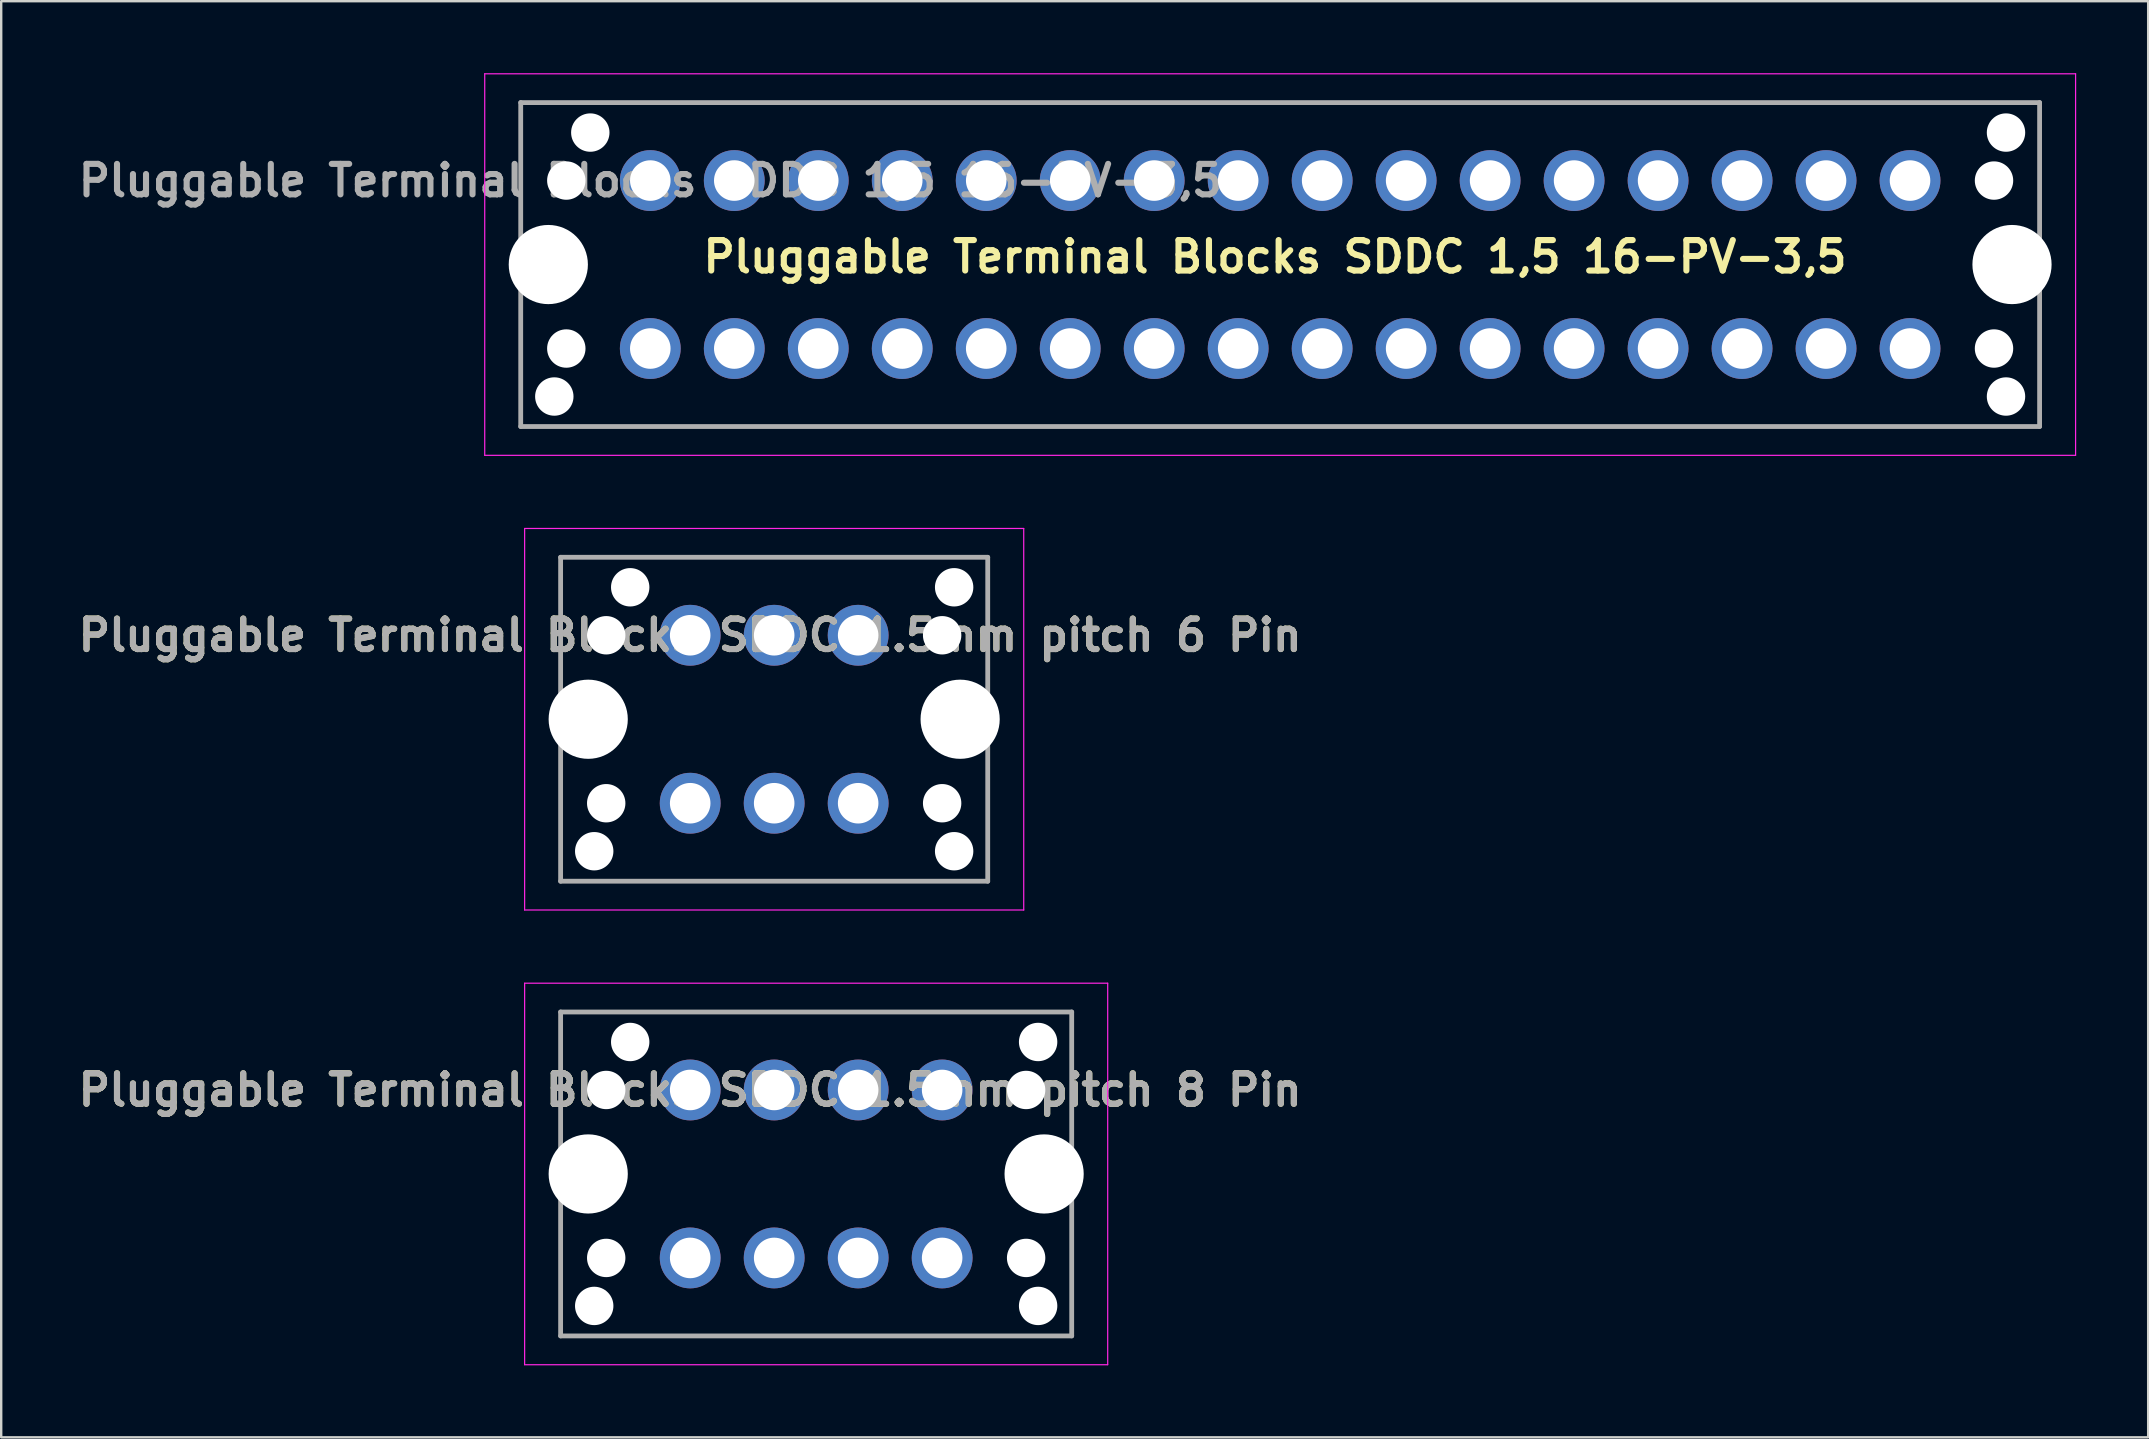
<source format=kicad_pcb>
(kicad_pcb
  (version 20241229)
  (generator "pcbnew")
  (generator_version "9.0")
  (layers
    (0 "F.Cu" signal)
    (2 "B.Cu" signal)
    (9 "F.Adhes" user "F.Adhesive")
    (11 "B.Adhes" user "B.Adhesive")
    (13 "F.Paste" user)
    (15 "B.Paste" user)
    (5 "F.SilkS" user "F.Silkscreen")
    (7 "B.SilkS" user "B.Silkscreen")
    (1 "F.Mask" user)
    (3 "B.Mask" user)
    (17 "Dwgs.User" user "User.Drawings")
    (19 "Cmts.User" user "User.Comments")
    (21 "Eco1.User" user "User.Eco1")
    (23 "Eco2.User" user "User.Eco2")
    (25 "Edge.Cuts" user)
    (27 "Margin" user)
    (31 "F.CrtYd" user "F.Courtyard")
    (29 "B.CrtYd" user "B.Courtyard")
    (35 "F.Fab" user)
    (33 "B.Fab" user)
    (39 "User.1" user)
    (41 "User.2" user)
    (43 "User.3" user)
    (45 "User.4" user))
  (footprint "Pluggable Terminal Blocks SDDC 1.5mm pitch 6 Pin"
    (layer "F.Cu")
    (at 25.714 23.425)
    (property "Reference" "Pluggable Terminal Blocks SDDC 1.5mm pitch 6 Pin" (at 0 0 0) (layer "F.SilkS") (effects (font (size 1.27 1.27) (thickness 0.254))))
    (attr through_hole)
    (fp_line (start -5.4 -3.25) (end 12.4 -3.25) (stroke (width 0.1) (type solid)) (layer "F.SilkS"))
    (fp_line (start 12.4 10.25) (end -5.4 10.25) (stroke (width 0.1) (type solid)) (layer "F.SilkS"))
    (fp_line (start -6.9 -4.45) (end 13.9 -4.45) (stroke (width 0.05) (type solid)) (layer "F.CrtYd"))
    (fp_line (start -6.9 11.45) (end -6.9 -4.45) (stroke (width 0.05) (type solid)) (layer "F.CrtYd"))
    (fp_line (start 13.9 -4.45) (end 13.9 11.45) (stroke (width 0.05) (type solid)) (layer "F.CrtYd"))
    (fp_line (start 13.9 11.45) (end -6.9 11.45) (stroke (width 0.05) (type solid)) (layer "F.CrtYd"))
    (fp_line (start -5.4 -3.25) (end 12.4 -3.25) (stroke (width 0.2) (type solid)) (layer "F.Fab"))
    (fp_line (start -5.4 10.25) (end -5.4 -3.25) (stroke (width 0.2) (type solid)) (layer "F.Fab"))
    (fp_line (start 12.4 -3.25) (end 12.4 10.25) (stroke (width 0.2) (type solid)) (layer "F.Fab"))
    (fp_line (start 12.4 10.25) (end -5.4 10.25) (stroke (width 0.2) (type solid)) (layer "F.Fab"))
    (fp_text user "${REFERENCE}" (at 0 0 0) (layer "F.Fab") (effects (font (size 1.27 1.27) (thickness 0.254))))
    (pad "" np_thru_hole circle (at -4.25 3.5) (size 3.3 3.3) (drill 3.3) (layers "*.Cu" "*.Mask"))
    (pad "" np_thru_hole circle (at -4 9) (size 1.6 1.6) (drill 1.6) (layers "*.Cu" "*.Mask"))
    (pad "" np_thru_hole circle (at -3.5 0) (size 1.6 1.6) (drill 1.6) (layers "*.Cu" "*.Mask"))
    (pad "" np_thru_hole circle (at -3.5 7) (size 1.6 1.6) (drill 1.6) (layers "*.Cu" "*.Mask"))
    (pad "" np_thru_hole circle (at -2.5 -2) (size 1.6 1.6) (drill 1.6) (layers "*.Cu" "*.Mask"))
    (pad "" np_thru_hole circle (at 10.5 0) (size 1.6 1.6) (drill 1.6) (layers "*.Cu" "*.Mask"))
    (pad "" np_thru_hole circle (at 10.5 7) (size 1.6 1.6) (drill 1.6) (layers "*.Cu" "*.Mask"))
    (pad "" np_thru_hole circle (at 11 -2) (size 1.6 1.6) (drill 1.6) (layers "*.Cu" "*.Mask"))
    (pad "" np_thru_hole circle (at 11 9) (size 1.6 1.6) (drill 1.6) (layers "*.Cu" "*.Mask"))
    (pad "" np_thru_hole circle (at 11.25 3.5) (size 3.3 3.3) (drill 3.3) (layers "*.Cu" "*.Mask"))
    (pad "1" thru_hole circle (at 0 0) (size 2.535 2.535) (drill 1.69) (layers "*.Cu" "*.Mask"))
    (pad "2" thru_hole circle (at 3.5 0) (size 2.535 2.535) (drill 1.69) (layers "*.Cu" "*.Mask"))
    (pad "3" thru_hole circle (at 7 0) (size 2.535 2.535) (drill 1.69) (layers "*.Cu" "*.Mask"))
    (pad "4" thru_hole circle (at 0 7) (size 2.535 2.535) (drill 1.69) (layers "*.Cu" "*.Mask"))
    (pad "5" thru_hole circle (at 3.5 7) (size 2.535 2.535) (drill 1.69) (layers "*.Cu" "*.Mask"))
    (pad "6" thru_hole circle (at 7 7) (size 2.535 2.535) (drill 1.69) (layers "*.Cu" "*.Mask")))
  (footprint "Pluggable Terminal Blocks SDDC 1,5 16-PV-3,5"
    (layer "F.Cu")
    (at 24.051 4.475)
    (property "Reference" "Pluggable Terminal Blocks SDDC 1,5 16-PV-3,5" (at 26.035 3.175 0) (layer "F.SilkS") (effects (font (size 1.27 1.27) (thickness 0.254))))
    (attr through_hole)
    (fp_line (start -5.4 -3.25) (end 57.9 -3.25) (stroke (width 0.1) (type solid)) (layer "F.SilkS"))
    (fp_line (start 57.9 10.25) (end -5.4 10.25) (stroke (width 0.1) (type solid)) (layer "F.SilkS"))
    (fp_line (start -6.9 -4.45) (end 59.4 -4.45) (stroke (width 0.05) (type solid)) (layer "F.CrtYd"))
    (fp_line (start -6.9 11.45) (end -6.9 -4.45) (stroke (width 0.05) (type solid)) (layer "F.CrtYd"))
    (fp_line (start 59.4 -4.45) (end 59.4 11.45) (stroke (width 0.05) (type solid)) (layer "F.CrtYd"))
    (fp_line (start 59.4 11.45) (end -6.9 11.45) (stroke (width 0.05) (type solid)) (layer "F.CrtYd"))
    (fp_line (start -5.4 -3.25) (end 57.9 -3.25) (stroke (width 0.2) (type solid)) (layer "F.Fab"))
    (fp_line (start -5.4 10.25) (end -5.4 -3.25) (stroke (width 0.2) (type solid)) (layer "F.Fab"))
    (fp_line (start 57.9 -3.25) (end 57.9 10.25) (stroke (width 0.2) (type solid)) (layer "F.Fab"))
    (fp_line (start 57.9 10.25) (end -5.4 10.25) (stroke (width 0.2) (type solid)) (layer "F.Fab"))
    (fp_text user "${REFERENCE}" (at 0 0 0) (layer "F.Fab") (effects (font (size 1.27 1.27) (thickness 0.254))))
    (pad "" np_thru_hole circle (at -4.25 3.5) (size 3.3 3.3) (drill 3.3) (layers "*.Cu" "*.Mask"))
    (pad "" np_thru_hole circle (at -4 9) (size 1.6 1.6) (drill 1.6) (layers "*.Cu" "*.Mask"))
    (pad "" np_thru_hole circle (at -3.5 0) (size 1.6 1.6) (drill 1.6) (layers "*.Cu" "*.Mask"))
    (pad "" np_thru_hole circle (at -3.5 7) (size 1.6 1.6) (drill 1.6) (layers "*.Cu" "*.Mask"))
    (pad "" np_thru_hole circle (at -2.5 -2) (size 1.6 1.6) (drill 1.6) (layers "*.Cu" "*.Mask"))
    (pad "" np_thru_hole circle (at 56 0) (size 1.6 1.6) (drill 1.6) (layers "*.Cu" "*.Mask"))
    (pad "" np_thru_hole circle (at 56 7) (size 1.6 1.6) (drill 1.6) (layers "*.Cu" "*.Mask"))
    (pad "" np_thru_hole circle (at 56.5 -2) (size 1.6 1.6) (drill 1.6) (layers "*.Cu" "*.Mask"))
    (pad "" np_thru_hole circle (at 56.5 9) (size 1.6 1.6) (drill 1.6) (layers "*.Cu" "*.Mask"))
    (pad "" np_thru_hole circle (at 56.75 3.5) (size 3.3 3.3) (drill 3.3) (layers "*.Cu" "*.Mask"))
    (pad "1" thru_hole circle (at 0 0) (size 2.535 2.535) (drill 1.69) (layers "*.Cu" "*.Mask"))
    (pad "2" thru_hole circle (at 3.5 0) (size 2.535 2.535) (drill 1.69) (layers "*.Cu" "*.Mask"))
    (pad "3" thru_hole circle (at 7 0) (size 2.535 2.535) (drill 1.69) (layers "*.Cu" "*.Mask"))
    (pad "4" thru_hole circle (at 10.5 0) (size 2.535 2.535) (drill 1.69) (layers "*.Cu" "*.Mask"))
    (pad "5" thru_hole circle (at 14 0) (size 2.535 2.535) (drill 1.69) (layers "*.Cu" "*.Mask"))
    (pad "6" thru_hole circle (at 17.5 0) (size 2.535 2.535) (drill 1.69) (layers "*.Cu" "*.Mask"))
    (pad "7" thru_hole circle (at 21 0) (size 2.535 2.535) (drill 1.69) (layers "*.Cu" "*.Mask"))
    (pad "8" thru_hole circle (at 24.5 0) (size 2.535 2.535) (drill 1.69) (layers "*.Cu" "*.Mask"))
    (pad "9" thru_hole circle (at 28 0) (size 2.535 2.535) (drill 1.69) (layers "*.Cu" "*.Mask"))
    (pad "10" thru_hole circle (at 31.5 0) (size 2.535 2.535) (drill 1.69) (layers "*.Cu" "*.Mask"))
    (pad "11" thru_hole circle (at 35 0) (size 2.535 2.535) (drill 1.69) (layers "*.Cu" "*.Mask"))
    (pad "12" thru_hole circle (at 38.5 0) (size 2.535 2.535) (drill 1.69) (layers "*.Cu" "*.Mask"))
    (pad "13" thru_hole circle (at 42 0) (size 2.535 2.535) (drill 1.69) (layers "*.Cu" "*.Mask"))
    (pad "14" thru_hole circle (at 45.5 0) (size 2.535 2.535) (drill 1.69) (layers "*.Cu" "*.Mask"))
    (pad "15" thru_hole circle (at 49 0) (size 2.535 2.535) (drill 1.69) (layers "*.Cu" "*.Mask"))
    (pad "16" thru_hole circle (at 52.5 0) (size 2.535 2.535) (drill 1.69) (layers "*.Cu" "*.Mask"))
    (pad "17" thru_hole circle (at 0 7) (size 2.535 2.535) (drill 1.69) (layers "*.Cu" "*.Mask"))
    (pad "18" thru_hole circle (at 3.5 7) (size 2.535 2.535) (drill 1.69) (layers "*.Cu" "*.Mask"))
    (pad "19" thru_hole circle (at 7 7) (size 2.535 2.535) (drill 1.69) (layers "*.Cu" "*.Mask"))
    (pad "20" thru_hole circle (at 10.5 7) (size 2.535 2.535) (drill 1.69) (layers "*.Cu" "*.Mask"))
    (pad "21" thru_hole circle (at 14 7) (size 2.535 2.535) (drill 1.69) (layers "*.Cu" "*.Mask"))
    (pad "22" thru_hole circle (at 17.5 7) (size 2.535 2.535) (drill 1.69) (layers "*.Cu" "*.Mask"))
    (pad "23" thru_hole circle (at 21 7) (size 2.535 2.535) (drill 1.69) (layers "*.Cu" "*.Mask"))
    (pad "24" thru_hole circle (at 24.5 7) (size 2.535 2.535) (drill 1.69) (layers "*.Cu" "*.Mask"))
    (pad "25" thru_hole circle (at 28 7) (size 2.535 2.535) (drill 1.69) (layers "*.Cu" "*.Mask"))
    (pad "26" thru_hole circle (at 31.5 7) (size 2.535 2.535) (drill 1.69) (layers "*.Cu" "*.Mask"))
    (pad "27" thru_hole circle (at 35 7) (size 2.535 2.535) (drill 1.69) (layers "*.Cu" "*.Mask"))
    (pad "28" thru_hole circle (at 38.5 7) (size 2.535 2.535) (drill 1.69) (layers "*.Cu" "*.Mask"))
    (pad "29" thru_hole circle (at 42 7) (size 2.535 2.535) (drill 1.69) (layers "*.Cu" "*.Mask"))
    (pad "30" thru_hole circle (at 45.5 7) (size 2.535 2.535) (drill 1.69) (layers "*.Cu" "*.Mask"))
    (pad "31" thru_hole circle (at 49 7) (size 2.535 2.535) (drill 1.69) (layers "*.Cu" "*.Mask"))
    (pad "32" thru_hole circle (at 52.5 7) (size 2.535 2.535) (drill 1.69) (layers "*.Cu" "*.Mask")))
  (footprint "Pluggable Terminal Blocks SDDC 1.5mm pitch 8 Pin"
    (layer "F.Cu")
    (at 25.714 42.375)
    (property "Reference" "Pluggable Terminal Blocks SDDC 1.5mm pitch 8 Pin" (at 0 0 0) (layer "F.SilkS") (effects (font (size 1.27 1.27) (thickness 0.254))))
    (attr through_hole)
    (fp_line (start -5.4 -3.25) (end 15.9 -3.25) (stroke (width 0.1) (type solid)) (layer "F.SilkS"))
    (fp_line (start 15.9 10.25) (end -5.4 10.25) (stroke (width 0.1) (type solid)) (layer "F.SilkS"))
    (fp_line (start -6.9 -4.45) (end 17.4 -4.45) (stroke (width 0.05) (type solid)) (layer "F.CrtYd"))
    (fp_line (start -6.9 11.45) (end -6.9 -4.45) (stroke (width 0.05) (type solid)) (layer "F.CrtYd"))
    (fp_line (start 17.4 -4.45) (end 17.4 11.45) (stroke (width 0.05) (type solid)) (layer "F.CrtYd"))
    (fp_line (start 17.4 11.45) (end -6.9 11.45) (stroke (width 0.05) (type solid)) (layer "F.CrtYd"))
    (fp_line (start -5.4 -3.25) (end 15.9 -3.25) (stroke (width 0.2) (type solid)) (layer "F.Fab"))
    (fp_line (start -5.4 10.25) (end -5.4 -3.25) (stroke (width 0.2) (type solid)) (layer "F.Fab"))
    (fp_line (start 15.9 -3.25) (end 15.9 10.25) (stroke (width 0.2) (type solid)) (layer "F.Fab"))
    (fp_line (start 15.9 10.25) (end -5.4 10.25) (stroke (width 0.2) (type solid)) (layer "F.Fab"))
    (fp_text user "${REFERENCE}" (at 0 0 0) (layer "F.Fab") (effects (font (size 1.27 1.27) (thickness 0.254))))
    (pad "" np_thru_hole circle (at -4.25 3.5) (size 3.3 3.3) (drill 3.3) (layers "*.Cu" "*.Mask"))
    (pad "" np_thru_hole circle (at -4 9) (size 1.6 1.6) (drill 1.6) (layers "*.Cu" "*.Mask"))
    (pad "" np_thru_hole circle (at -3.5 0) (size 1.6 1.6) (drill 1.6) (layers "*.Cu" "*.Mask"))
    (pad "" np_thru_hole circle (at -3.5 7) (size 1.6 1.6) (drill 1.6) (layers "*.Cu" "*.Mask"))
    (pad "" np_thru_hole circle (at -2.5 -2) (size 1.6 1.6) (drill 1.6) (layers "*.Cu" "*.Mask"))
    (pad "" np_thru_hole circle (at 14 0) (size 1.6 1.6) (drill 1.6) (layers "*.Cu" "*.Mask"))
    (pad "" np_thru_hole circle (at 14 7) (size 1.6 1.6) (drill 1.6) (layers "*.Cu" "*.Mask"))
    (pad "" np_thru_hole circle (at 14.5 -2) (size 1.6 1.6) (drill 1.6) (layers "*.Cu" "*.Mask"))
    (pad "" np_thru_hole circle (at 14.5 9) (size 1.6 1.6) (drill 1.6) (layers "*.Cu" "*.Mask"))
    (pad "" np_thru_hole circle (at 14.75 3.5) (size 3.3 3.3) (drill 3.3) (layers "*.Cu" "*.Mask"))
    (pad "1" thru_hole circle (at 0 0) (size 2.535 2.535) (drill 1.69) (layers "*.Cu" "*.Mask"))
    (pad "2" thru_hole circle (at 3.5 0) (size 2.535 2.535) (drill 1.69) (layers "*.Cu" "*.Mask"))
    (pad "3" thru_hole circle (at 7 0) (size 2.535 2.535) (drill 1.69) (layers "*.Cu" "*.Mask"))
    (pad "4" thru_hole circle (at 10.5 0) (size 2.535 2.535) (drill 1.69) (layers "*.Cu" "*.Mask"))
    (pad "5" thru_hole circle (at 0 7) (size 2.535 2.535) (drill 1.69) (layers "*.Cu" "*.Mask"))
    (pad "6" thru_hole circle (at 3.5 7) (size 2.535 2.535) (drill 1.69) (layers "*.Cu" "*.Mask"))
    (pad "7" thru_hole circle (at 7 7) (size 2.535 2.535) (drill 1.69) (layers "*.Cu" "*.Mask"))
    (pad "8" thru_hole circle (at 10.5 7) (size 2.535 2.535) (drill 1.69) (layers "*.Cu" "*.Mask")))
  (gr_rect
    (start -3 -3)
    (end 86.476 56.85)
    (stroke (width 0.1) (type default))
    (fill no)
    (layer "Edge.Cuts")))
</source>
